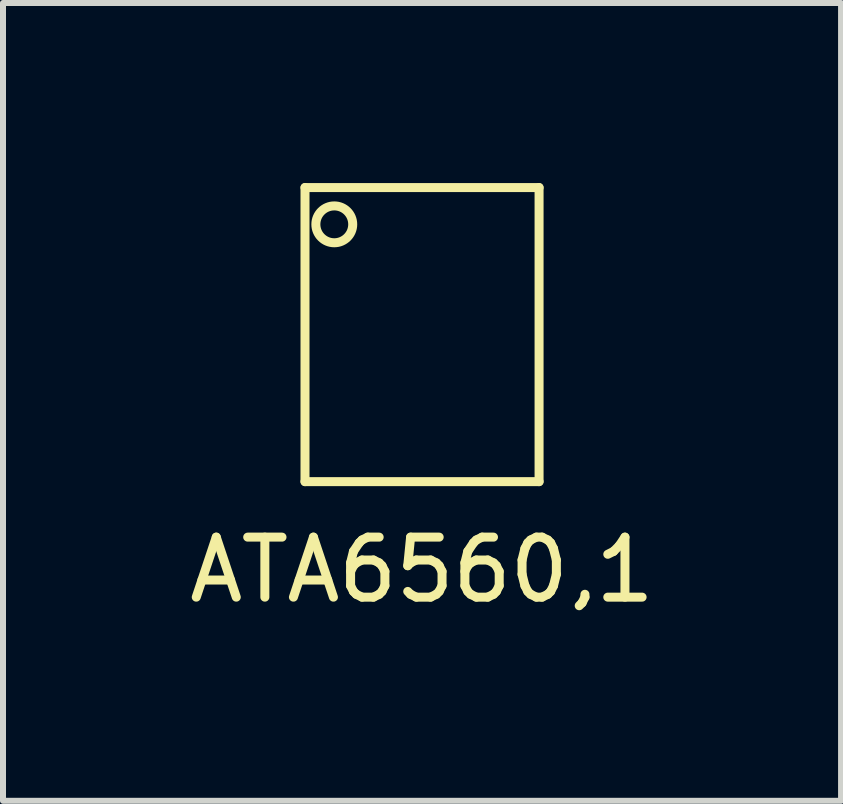
<source format=kicad_pcb>
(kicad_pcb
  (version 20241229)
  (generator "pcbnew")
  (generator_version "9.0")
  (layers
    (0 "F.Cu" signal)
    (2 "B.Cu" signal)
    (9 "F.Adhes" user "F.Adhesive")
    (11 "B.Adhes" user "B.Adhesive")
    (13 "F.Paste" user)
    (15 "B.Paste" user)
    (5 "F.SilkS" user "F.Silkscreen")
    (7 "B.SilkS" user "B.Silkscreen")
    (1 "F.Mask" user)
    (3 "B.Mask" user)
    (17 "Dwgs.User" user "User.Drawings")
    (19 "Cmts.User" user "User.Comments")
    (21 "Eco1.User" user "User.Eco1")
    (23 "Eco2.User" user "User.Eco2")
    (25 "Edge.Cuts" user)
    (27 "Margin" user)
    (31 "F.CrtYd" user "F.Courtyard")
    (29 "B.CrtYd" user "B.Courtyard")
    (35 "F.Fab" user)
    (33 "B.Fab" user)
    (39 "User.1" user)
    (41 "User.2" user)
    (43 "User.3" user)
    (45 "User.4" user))
  (footprint "ATA6560,1"
    (layer "F.Cu")
    (at 3.982 2.525)
    (property "Reference" "ATA6560,1" (at 0 3.92 0) (layer "F.SilkS") (effects (font (size 1 1) (thickness 0.15))))
    (attr through_hole)
    (fp_line (start -1.95 -2.45) (end 1.95 -2.45) (stroke (width 0.15) (type solid)) (layer "F.SilkS"))
    (fp_line (start -1.95 2.45) (end -1.95 -2.45) (stroke (width 0.15) (type solid)) (layer "F.SilkS"))
    (fp_line (start 1.95 -2.45) (end 1.95 2.45) (stroke (width 0.15) (type solid)) (layer "F.SilkS"))
    (fp_line (start 1.95 2.45) (end -1.95 2.45) (stroke (width 0.15) (type solid)) (layer "F.SilkS"))
    (fp_circle (center -1.462 -1.837) (end -1.462 -2.144) (stroke (width 0.15) (type solid)) (fill no) (layer "F.SilkS"))
    (fp_poly (pts (xy -1.95 -2.205) (xy -3.35 -2.205) (xy -3.35 -1.605) (xy -1.95 -1.605)) (stroke (width 0.15) (type solid)) (fill yes) (layer "F.Paste"))
    (fp_poly (pts (xy -1.95 -0.935) (xy -3.35 -0.935) (xy -3.35 -0.335) (xy -1.95 -0.335)) (stroke (width 0.15) (type solid)) (fill yes) (layer "F.Paste"))
    (fp_poly (pts (xy -1.95 0.335) (xy -3.35 0.335) (xy -3.35 0.935) (xy -1.95 0.935)) (stroke (width 0.15) (type solid)) (fill yes) (layer "F.Paste"))
    (fp_poly (pts (xy -1.95 1.605) (xy -3.35 1.605) (xy -3.35 2.205) (xy -1.95 2.205)) (stroke (width 0.15) (type solid)) (fill yes) (layer "F.Paste"))
    (fp_poly (pts (xy 1.95 -2.205) (xy 3.35 -2.205) (xy 3.35 -1.605) (xy 1.95 -1.605)) (stroke (width 0.15) (type solid)) (fill yes) (layer "F.Paste"))
    (fp_poly (pts (xy 1.95 -0.935) (xy 3.35 -0.935) (xy 3.35 -0.335) (xy 1.95 -0.335)) (stroke (width 0.15) (type solid)) (fill yes) (layer "F.Paste"))
    (fp_poly (pts (xy 1.95 0.335) (xy 3.35 0.335) (xy 3.35 0.935) (xy 1.95 0.935)) (stroke (width 0.15) (type solid)) (fill yes) (layer "F.Paste"))
    (fp_poly (pts (xy 1.95 1.605) (xy 3.35 1.605) (xy 3.35 2.205) (xy 1.95 2.205)) (stroke (width 0.15) (type solid)) (fill yes) (layer "F.Paste")))
  (gr_rect
    (start -3 -3)
    (end 10.964 10.293)
    (stroke (width 0.1) (type default))
    (fill no)
    (layer "Edge.Cuts")))
</source>
